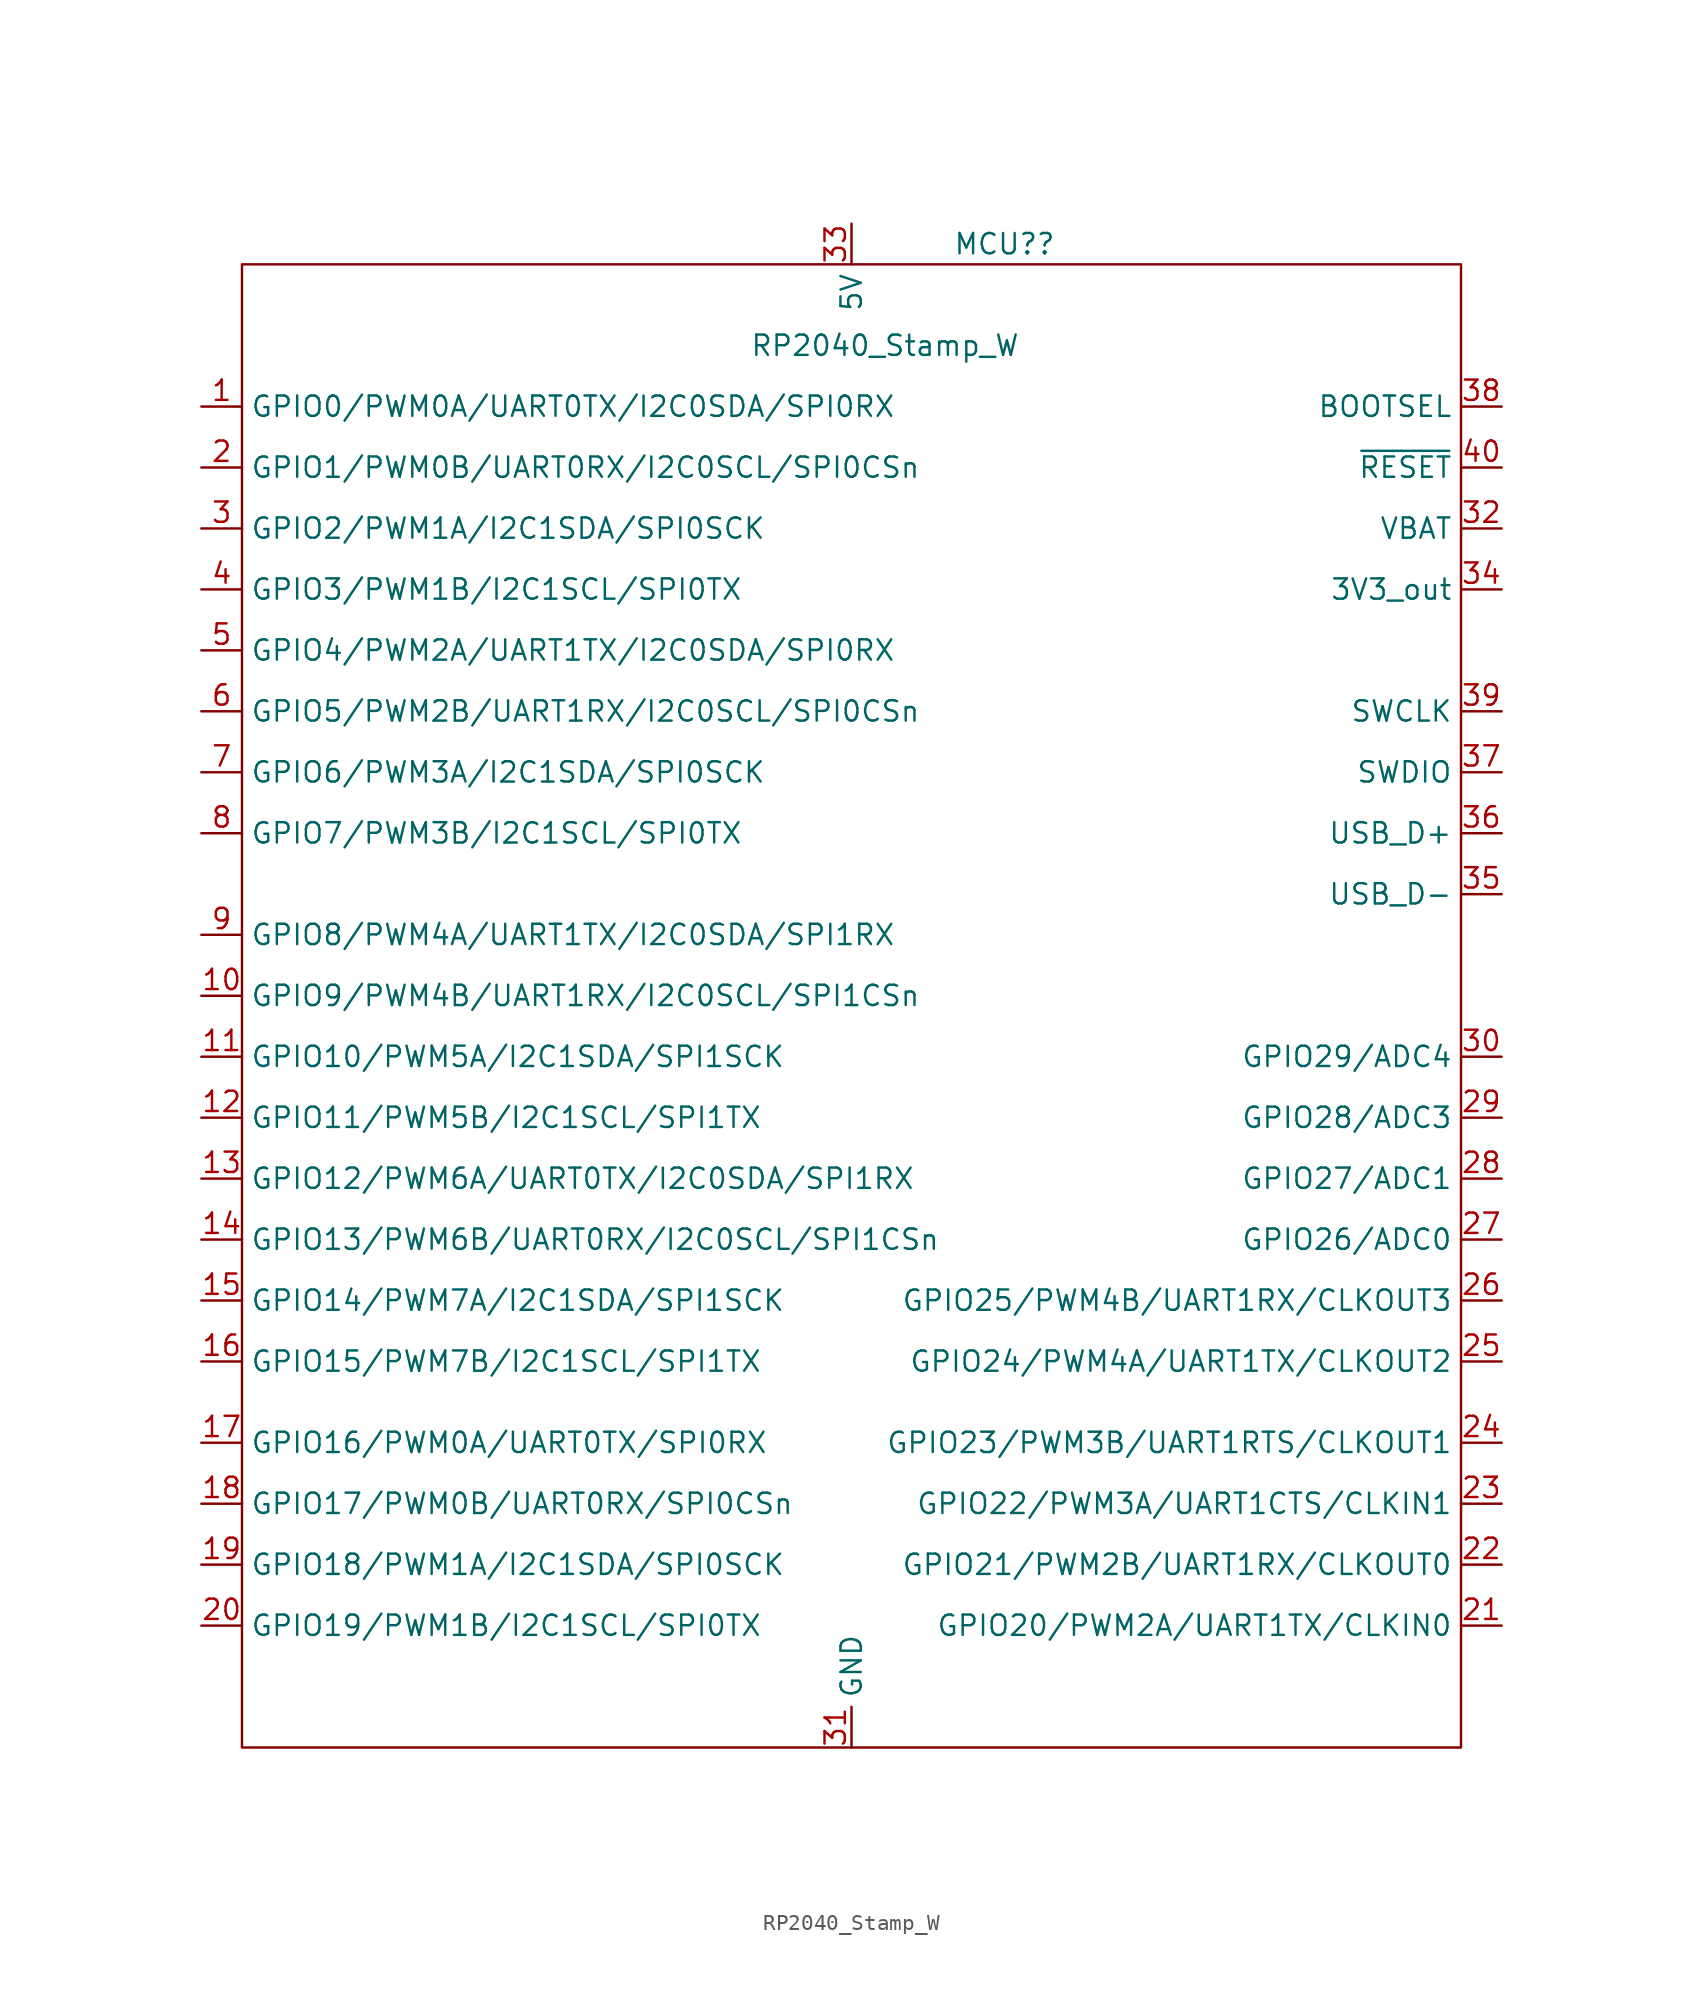
<source format=kicad_sym>
(kicad_symbol_lib
  (version 20201005)
  (generator kicad_symbol_editor)
  (symbol "SP_RP2040_Stamp:RP2040_Stamp_W"
    (property "Reference" "MCU?"
      (at 6.35 40.64 0)
      (effects (font (size 1.27 1.27)) (justify left)))
    (property "Value" "RP2040_Stamp_W"
      (at -6.35 34.29 0)
      (effects (font (size 1.27 1.27)) (justify left)))
    (symbol "RP2040_Stamp_W_0_1"
      (rectangle (start -38.1 39.37) (end 38.1 -53.34) (stroke (width 0.152)) (fill (type none))))
    (symbol "RP2040_Stamp_W_1_1"
      (pin bidirectional line (at -40.64 30.48 0) (length 2.54) (name "GPIO0/PWM0A/UART0TX/I2C0SDA/SPI0RX" (effects (font (size 1.27 1.27)))) (number "1" (effects (font (size 1.27 1.27)))))
      (pin bidirectional line (at -40.64 -6.35 0) (length 2.54) (name "GPIO9/PWM4B/UART1RX/I2C0SCL/SPI1CSn" (effects (font (size 1.27 1.27)))) (number "10" (effects (font (size 1.27 1.27)))))
      (pin bidirectional line (at -40.64 -10.16 0) (length 2.54) (name "GPIO10/PWM5A/I2C1SDA/SPI1SCK" (effects (font (size 1.27 1.27)))) (number "11" (effects (font (size 1.27 1.27)))))
      (pin bidirectional line (at -40.64 -13.97 0) (length 2.54) (name "GPIO11/PWM5B/I2C1SCL/SPI1TX" (effects (font (size 1.27 1.27)))) (number "12" (effects (font (size 1.27 1.27)))))
      (pin bidirectional line (at -40.64 -17.78 0) (length 2.54) (name "GPIO12/PWM6A/UART0TX/I2C0SDA/SPI1RX" (effects (font (size 1.27 1.27)))) (number "13" (effects (font (size 1.27 1.27)))))
      (pin bidirectional line (at -40.64 -21.59 0) (length 2.54) (name "GPIO13/PWM6B/UART0RX/I2C0SCL/SPI1CSn" (effects (font (size 1.27 1.27)))) (number "14" (effects (font (size 1.27 1.27)))))
      (pin bidirectional line (at -40.64 -25.4 0) (length 2.54) (name "GPIO14/PWM7A/I2C1SDA/SPI1SCK" (effects (font (size 1.27 1.27)))) (number "15" (effects (font (size 1.27 1.27)))))
      (pin bidirectional line (at -40.64 -29.21 0) (length 2.54) (name "GPIO15/PWM7B/I2C1SCL/SPI1TX" (effects (font (size 1.27 1.27)))) (number "16" (effects (font (size 1.27 1.27)))))
      (pin bidirectional line (at -40.64 -34.29 0) (length 2.54) (name "GPIO16/PWM0A/UART0TX/SPI0RX" (effects (font (size 1.27 1.27)))) (number "17" (effects (font (size 1.27 1.27)))))
      (pin bidirectional line (at -40.64 -38.1 0) (length 2.54) (name "GPIO17/PWM0B/UART0RX/SPI0CSn" (effects (font (size 1.27 1.27)))) (number "18" (effects (font (size 1.27 1.27)))))
      (pin bidirectional line (at -40.64 -41.91 0) (length 2.54) (name "GPIO18/PWM1A/I2C1SDA/SPI0SCK" (effects (font (size 1.27 1.27)))) (number "19" (effects (font (size 1.27 1.27)))))
      (pin bidirectional line (at -40.64 26.67 0) (length 2.54) (name "GPIO1/PWM0B/UART0RX/I2C0SCL/SPI0CSn" (effects (font (size 1.27 1.27)))) (number "2" (effects (font (size 1.27 1.27)))))
      (pin bidirectional line (at -40.64 -45.72 0) (length 2.54) (name "GPIO19/PWM1B/I2C1SCL/SPI0TX" (effects (font (size 1.27 1.27)))) (number "20" (effects (font (size 1.27 1.27)))))
      (pin bidirectional line (at 40.64 -45.72 180) (length 2.54) (name "GPIO20/PWM2A/UART1TX/CLKIN0" (effects (font (size 1.27 1.27)))) (number "21" (effects (font (size 1.27 1.27)))))
      (pin bidirectional line (at 40.64 -41.91 180) (length 2.54) (name "GPIO21/PWM2B/UART1RX/CLKOUT0" (effects (font (size 1.27 1.27)))) (number "22" (effects (font (size 1.27 1.27)))))
      (pin bidirectional line (at 40.64 -38.1 180) (length 2.54) (name "GPIO22/PWM3A/UART1CTS/CLKIN1" (effects (font (size 1.27 1.27)))) (number "23" (effects (font (size 1.27 1.27)))))
      (pin bidirectional line (at 40.64 -34.29 180) (length 2.54) (name "GPIO23/PWM3B/UART1RTS/CLKOUT1" (effects (font (size 1.27 1.27)))) (number "24" (effects (font (size 1.27 1.27)))))
      (pin bidirectional line (at 40.64 -29.21 180) (length 2.54) (name "GPIO24/PWM4A/UART1TX/CLKOUT2" (effects (font (size 1.27 1.27)))) (number "25" (effects (font (size 1.27 1.27)))))
      (pin bidirectional line (at 40.64 -25.4 180) (length 2.54) (name "GPIO25/PWM4B/UART1RX/CLKOUT3" (effects (font (size 1.27 1.27)))) (number "26" (effects (font (size 1.27 1.27)))))
      (pin bidirectional line (at 40.64 -21.59 180) (length 2.54) (name "GPIO26/ADC0" (effects (font (size 1.27 1.27)))) (number "27" (effects (font (size 1.27 1.27)))))
      (pin bidirectional line (at 40.64 -17.78 180) (length 2.54) (name "GPIO27/ADC1" (effects (font (size 1.27 1.27)))) (number "28" (effects (font (size 1.27 1.27)))))
      (pin bidirectional line (at 40.64 -13.97 180) (length 2.54) (name "GPIO28/ADC3" (effects (font (size 1.27 1.27)))) (number "29" (effects (font (size 1.27 1.27)))))
      (pin bidirectional line (at -40.64 22.86 0) (length 2.54) (name "GPIO2/PWM1A/I2C1SDA/SPI0SCK" (effects (font (size 1.27 1.27)))) (number "3" (effects (font (size 1.27 1.27)))))
      (pin bidirectional line (at 40.64 -10.16 180) (length 2.54) (name "GPIO29/ADC4" (effects (font (size 1.27 1.27)))) (number "30" (effects (font (size 1.27 1.27)))))
      (pin bidirectional line (at 0 -53.34 90) (length 2.54) (name "GND" (effects (font (size 1.27 1.27)))) (number "31" (effects (font (size 1.27 1.27)))))
      (pin power_in line (at 40.64 22.86 180) (length 2.54) (name "VBAT" (effects (font (size 1.27 1.27)))) (number "32" (effects (font (size 1.27 1.27)))))
      (pin power_in line (at 0 41.91 270) (length 2.54) (name "5V" (effects (font (size 1.27 1.27)))) (number "33" (effects (font (size 1.27 1.27)))))
      (pin power_out line (at 40.64 19.05 180) (length 2.54) (name "3V3_out" (effects (font (size 1.27 1.27)))) (number "34" (effects (font (size 1.27 1.27)))))
      (pin bidirectional line (at 40.64 0 180) (length 2.54) (name "USB_D-" (effects (font (size 1.27 1.27)))) (number "35" (effects (font (size 1.27 1.27)))))
      (pin bidirectional line (at 40.64 3.81 180) (length 2.54) (name "USB_D+" (effects (font (size 1.27 1.27)))) (number "36" (effects (font (size 1.27 1.27)))))
      (pin bidirectional line (at 40.64 7.62 180) (length 2.54) (name "SWDIO" (effects (font (size 1.27 1.27)))) (number "37" (effects (font (size 1.27 1.27)))))
      (pin input line (at 40.64 30.48 180) (length 2.54) (name "BOOTSEL" (effects (font (size 1.27 1.27)))) (number "38" (effects (font (size 1.27 1.27)))))
      (pin bidirectional line (at 40.64 11.43 180) (length 2.54) (name "SWCLK" (effects (font (size 1.27 1.27)))) (number "39" (effects (font (size 1.27 1.27)))))
      (pin bidirectional line (at -40.64 19.05 0) (length 2.54) (name "GPIO3/PWM1B/I2C1SCL/SPI0TX" (effects (font (size 1.27 1.27)))) (number "4" (effects (font (size 1.27 1.27)))))
      (pin bidirectional line (at 40.64 26.67 180) (length 2.54) (name "~RESET" (effects (font (size 1.27 1.27)))) (number "40" (effects (font (size 1.27 1.27)))))
      (pin bidirectional line (at -40.64 15.24 0) (length 2.54) (name "GPIO4/PWM2A/UART1TX/I2C0SDA/SPI0RX" (effects (font (size 1.27 1.27)))) (number "5" (effects (font (size 1.27 1.27)))))
      (pin bidirectional line (at -40.64 11.43 0) (length 2.54) (name "GPIO5/PWM2B/UART1RX/I2C0SCL/SPI0CSn" (effects (font (size 1.27 1.27)))) (number "6" (effects (font (size 1.27 1.27)))))
      (pin bidirectional line (at -40.64 7.62 0) (length 2.54) (name "GPIO6/PWM3A/I2C1SDA/SPI0SCK" (effects (font (size 1.27 1.27)))) (number "7" (effects (font (size 1.27 1.27)))))
      (pin bidirectional line (at -40.64 3.81 0) (length 2.54) (name "GPIO7/PWM3B/I2C1SCL/SPI0TX" (effects (font (size 1.27 1.27)))) (number "8" (effects (font (size 1.27 1.27)))))
      (pin bidirectional line (at -40.64 -2.54 0) (length 2.54) (name "GPIO8/PWM4A/UART1TX/I2C0SDA/SPI1RX" (effects (font (size 1.27 1.27)))) (number "9" (effects (font (size 1.27 1.27))))))))
</source>
